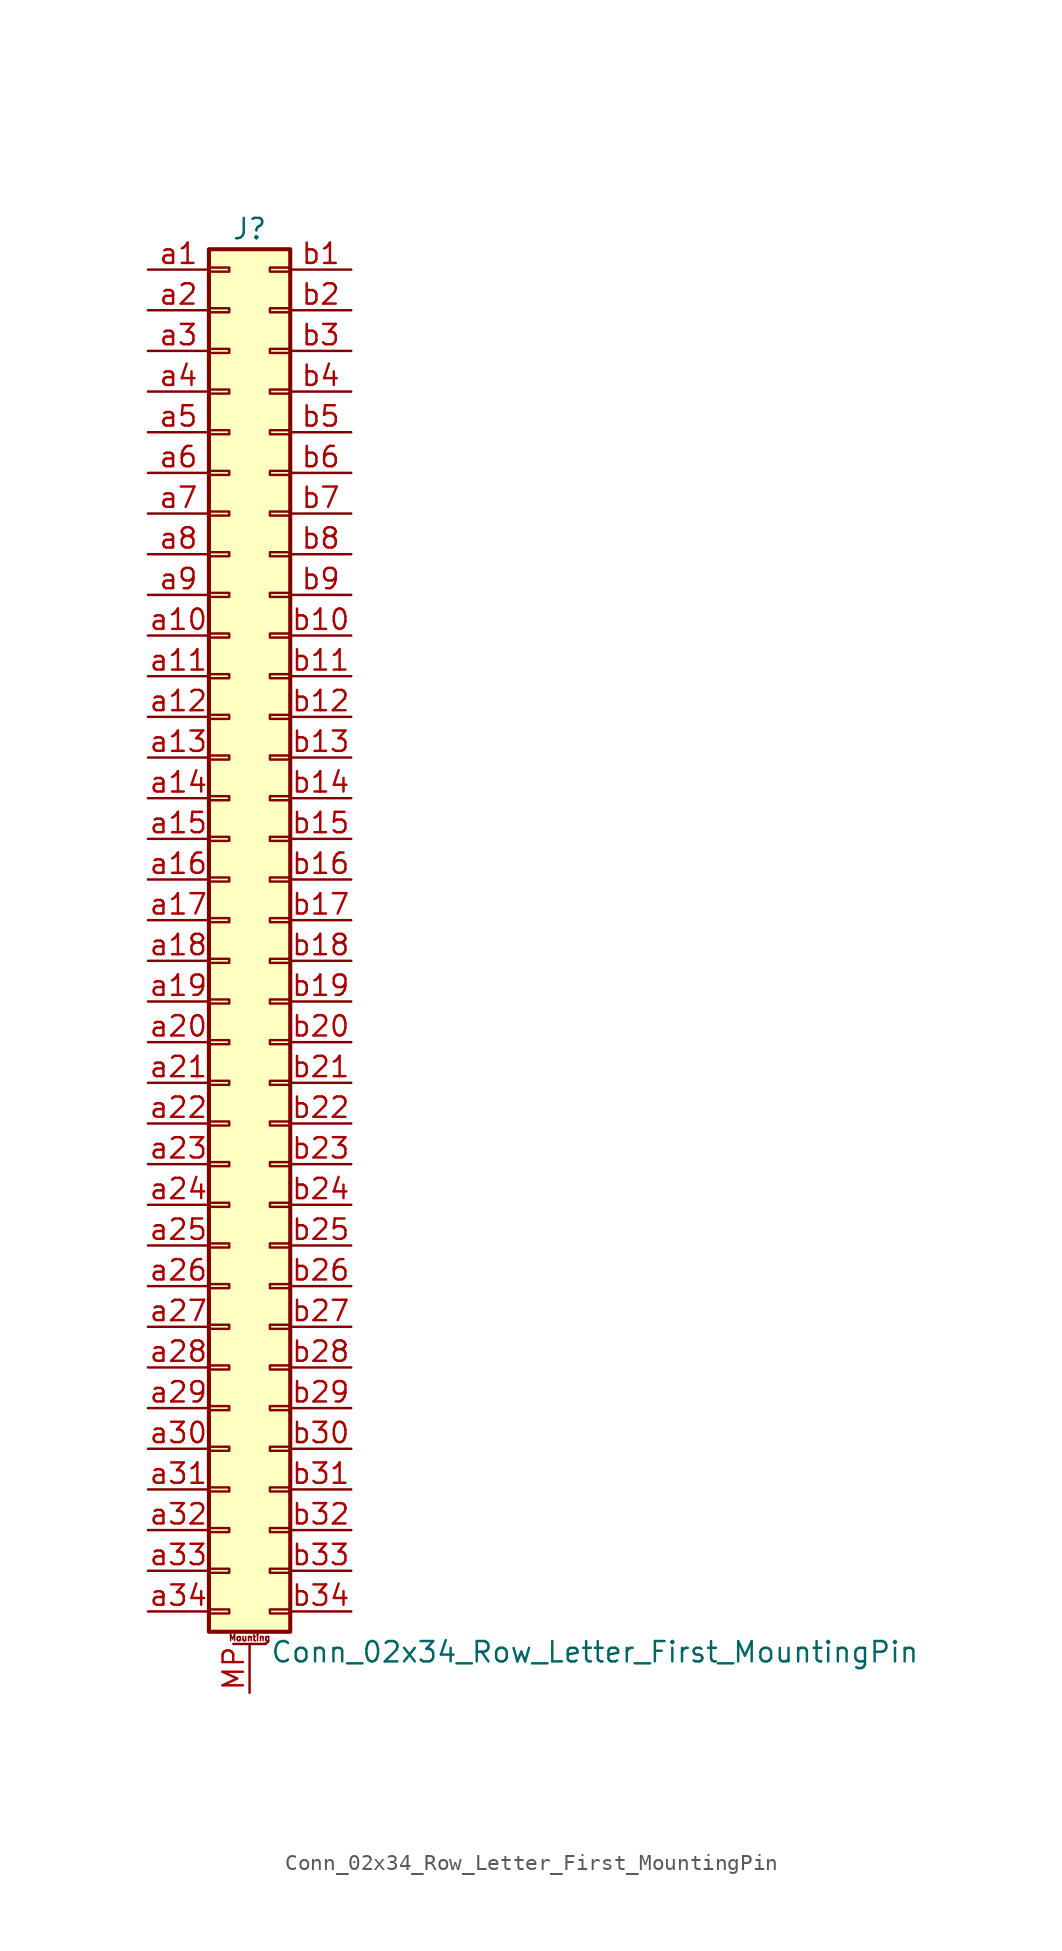
<source format=kicad_sym>
(kicad_symbol_lib
  (version 20201005)
  (generator kicad_symbol_editor)
  (symbol "Conn_02x34_Row_Letter_First_MountingPin"
    (pin_names
      (offset 1.016) hide)
    (property "Reference" "J"
      (at 1.27 43.18 0)
      (effects (font (size 1.27 1.27))))
    (property "Value" "Conn_02x34_Row_Letter_First_MountingPin"
      (at 2.54 -45.72 0)
      (effects (font (size 1.27 1.27)) (justify left)))
    (symbol "Conn_02x34_Row_Letter_First_MountingPin_1_1"
      (text "Mounting" (at 1.27 -44.831 0) (effects (font (size 0.381 0.381))))
      (rectangle (start -1.27 -43.053) (end 0 -43.307) (stroke (width 0.152)) (fill (type none)))
      (rectangle (start -1.27 -40.513) (end 0 -40.767) (stroke (width 0.152)) (fill (type none)))
      (rectangle (start -1.27 -37.973) (end 0 -38.227) (stroke (width 0.152)) (fill (type none)))
      (rectangle (start -1.27 -35.433) (end 0 -35.687) (stroke (width 0.152)) (fill (type none)))
      (rectangle (start -1.27 -32.893) (end 0 -33.147) (stroke (width 0.152)) (fill (type none)))
      (rectangle (start -1.27 -30.353) (end 0 -30.607) (stroke (width 0.152)) (fill (type none)))
      (rectangle (start -1.27 -27.813) (end 0 -28.067) (stroke (width 0.152)) (fill (type none)))
      (rectangle (start -1.27 -25.273) (end 0 -25.527) (stroke (width 0.152)) (fill (type none)))
      (rectangle (start -1.27 -22.733) (end 0 -22.987) (stroke (width 0.152)) (fill (type none)))
      (rectangle (start -1.27 -20.193) (end 0 -20.447) (stroke (width 0.152)) (fill (type none)))
      (rectangle (start -1.27 -17.653) (end 0 -17.907) (stroke (width 0.152)) (fill (type none)))
      (rectangle (start -1.27 -15.113) (end 0 -15.367) (stroke (width 0.152)) (fill (type none)))
      (rectangle (start -1.27 -12.573) (end 0 -12.827) (stroke (width 0.152)) (fill (type none)))
      (rectangle (start -1.27 -10.033) (end 0 -10.287) (stroke (width 0.152)) (fill (type none)))
      (rectangle (start -1.27 -7.493) (end 0 -7.747) (stroke (width 0.152)) (fill (type none)))
      (rectangle (start -1.27 -4.953) (end 0 -5.207) (stroke (width 0.152)) (fill (type none)))
      (rectangle (start -1.27 -2.413) (end 0 -2.667) (stroke (width 0.152)) (fill (type none)))
      (rectangle (start -1.27 0.127) (end 0 -0.127) (stroke (width 0.152)) (fill (type none)))
      (rectangle (start -1.27 2.667) (end 0 2.413) (stroke (width 0.152)) (fill (type none)))
      (rectangle (start -1.27 5.207) (end 0 4.953) (stroke (width 0.152)) (fill (type none)))
      (rectangle (start -1.27 7.747) (end 0 7.493) (stroke (width 0.152)) (fill (type none)))
      (rectangle (start -1.27 10.287) (end 0 10.033) (stroke (width 0.152)) (fill (type none)))
      (rectangle (start -1.27 12.827) (end 0 12.573) (stroke (width 0.152)) (fill (type none)))
      (rectangle (start -1.27 15.367) (end 0 15.113) (stroke (width 0.152)) (fill (type none)))
      (rectangle (start -1.27 17.907) (end 0 17.653) (stroke (width 0.152)) (fill (type none)))
      (rectangle (start -1.27 20.447) (end 0 20.193) (stroke (width 0.152)) (fill (type none)))
      (rectangle (start -1.27 22.987) (end 0 22.733) (stroke (width 0.152)) (fill (type none)))
      (rectangle (start -1.27 25.527) (end 0 25.273) (stroke (width 0.152)) (fill (type none)))
      (rectangle (start -1.27 28.067) (end 0 27.813) (stroke (width 0.152)) (fill (type none)))
      (rectangle (start -1.27 30.607) (end 0 30.353) (stroke (width 0.152)) (fill (type none)))
      (rectangle (start -1.27 33.147) (end 0 32.893) (stroke (width 0.152)) (fill (type none)))
      (rectangle (start -1.27 35.687) (end 0 35.433) (stroke (width 0.152)) (fill (type none)))
      (rectangle (start -1.27 38.227) (end 0 37.973) (stroke (width 0.152)) (fill (type none)))
      (rectangle (start -1.27 40.767) (end 0 40.513) (stroke (width 0.152)) (fill (type none)))
      (rectangle (start -1.27 41.91) (end 3.81 -44.45) (stroke (width 0.254)) (fill (type background)))
      (rectangle (start 3.81 -43.053) (end 2.54 -43.307) (stroke (width 0.152)) (fill (type none)))
      (rectangle (start 3.81 -40.513) (end 2.54 -40.767) (stroke (width 0.152)) (fill (type none)))
      (rectangle (start 3.81 -37.973) (end 2.54 -38.227) (stroke (width 0.152)) (fill (type none)))
      (rectangle (start 3.81 -35.433) (end 2.54 -35.687) (stroke (width 0.152)) (fill (type none)))
      (rectangle (start 3.81 -32.893) (end 2.54 -33.147) (stroke (width 0.152)) (fill (type none)))
      (rectangle (start 3.81 -30.353) (end 2.54 -30.607) (stroke (width 0.152)) (fill (type none)))
      (rectangle (start 3.81 -27.813) (end 2.54 -28.067) (stroke (width 0.152)) (fill (type none)))
      (rectangle (start 3.81 -25.273) (end 2.54 -25.527) (stroke (width 0.152)) (fill (type none)))
      (rectangle (start 3.81 -22.733) (end 2.54 -22.987) (stroke (width 0.152)) (fill (type none)))
      (rectangle (start 3.81 -20.193) (end 2.54 -20.447) (stroke (width 0.152)) (fill (type none)))
      (rectangle (start 3.81 -17.653) (end 2.54 -17.907) (stroke (width 0.152)) (fill (type none)))
      (rectangle (start 3.81 -15.113) (end 2.54 -15.367) (stroke (width 0.152)) (fill (type none)))
      (rectangle (start 3.81 -12.573) (end 2.54 -12.827) (stroke (width 0.152)) (fill (type none)))
      (rectangle (start 3.81 -10.033) (end 2.54 -10.287) (stroke (width 0.152)) (fill (type none)))
      (rectangle (start 3.81 -7.493) (end 2.54 -7.747) (stroke (width 0.152)) (fill (type none)))
      (rectangle (start 3.81 -4.953) (end 2.54 -5.207) (stroke (width 0.152)) (fill (type none)))
      (rectangle (start 3.81 -2.413) (end 2.54 -2.667) (stroke (width 0.152)) (fill (type none)))
      (rectangle (start 3.81 0.127) (end 2.54 -0.127) (stroke (width 0.152)) (fill (type none)))
      (rectangle (start 3.81 2.667) (end 2.54 2.413) (stroke (width 0.152)) (fill (type none)))
      (rectangle (start 3.81 5.207) (end 2.54 4.953) (stroke (width 0.152)) (fill (type none)))
      (rectangle (start 3.81 7.747) (end 2.54 7.493) (stroke (width 0.152)) (fill (type none)))
      (rectangle (start 3.81 10.287) (end 2.54 10.033) (stroke (width 0.152)) (fill (type none)))
      (rectangle (start 3.81 12.827) (end 2.54 12.573) (stroke (width 0.152)) (fill (type none)))
      (rectangle (start 3.81 15.367) (end 2.54 15.113) (stroke (width 0.152)) (fill (type none)))
      (rectangle (start 3.81 17.907) (end 2.54 17.653) (stroke (width 0.152)) (fill (type none)))
      (rectangle (start 3.81 20.447) (end 2.54 20.193) (stroke (width 0.152)) (fill (type none)))
      (rectangle (start 3.81 22.987) (end 2.54 22.733) (stroke (width 0.152)) (fill (type none)))
      (rectangle (start 3.81 25.527) (end 2.54 25.273) (stroke (width 0.152)) (fill (type none)))
      (rectangle (start 3.81 28.067) (end 2.54 27.813) (stroke (width 0.152)) (fill (type none)))
      (rectangle (start 3.81 30.607) (end 2.54 30.353) (stroke (width 0.152)) (fill (type none)))
      (rectangle (start 3.81 33.147) (end 2.54 32.893) (stroke (width 0.152)) (fill (type none)))
      (rectangle (start 3.81 35.687) (end 2.54 35.433) (stroke (width 0.152)) (fill (type none)))
      (rectangle (start 3.81 38.227) (end 2.54 37.973) (stroke (width 0.152)) (fill (type none)))
      (rectangle (start 3.81 40.767) (end 2.54 40.513) (stroke (width 0.152)) (fill (type none)))
      (polyline (pts (xy 0.254 -45.212) (xy 2.286 -45.212)) (stroke (width 0.152)) (fill (type none)))
      (pin passive line (at 1.27 -48.26 90) (length 3.048) (name "MountPin" (effects (font (size 1.27 1.27)))) (number "MP" (effects (font (size 1.27 1.27)))))
      (pin passive line (at -5.08 40.64 0) (length 3.81) (name "Pin_a1" (effects (font (size 1.27 1.27)))) (number "a1" (effects (font (size 1.27 1.27)))))
      (pin passive line (at -5.08 17.78 0) (length 3.81) (name "Pin_a10" (effects (font (size 1.27 1.27)))) (number "a10" (effects (font (size 1.27 1.27)))))
      (pin passive line (at -5.08 15.24 0) (length 3.81) (name "Pin_a11" (effects (font (size 1.27 1.27)))) (number "a11" (effects (font (size 1.27 1.27)))))
      (pin passive line (at -5.08 12.7 0) (length 3.81) (name "Pin_a12" (effects (font (size 1.27 1.27)))) (number "a12" (effects (font (size 1.27 1.27)))))
      (pin passive line (at -5.08 10.16 0) (length 3.81) (name "Pin_a13" (effects (font (size 1.27 1.27)))) (number "a13" (effects (font (size 1.27 1.27)))))
      (pin passive line (at -5.08 7.62 0) (length 3.81) (name "Pin_a14" (effects (font (size 1.27 1.27)))) (number "a14" (effects (font (size 1.27 1.27)))))
      (pin passive line (at -5.08 5.08 0) (length 3.81) (name "Pin_a15" (effects (font (size 1.27 1.27)))) (number "a15" (effects (font (size 1.27 1.27)))))
      (pin passive line (at -5.08 2.54 0) (length 3.81) (name "Pin_a16" (effects (font (size 1.27 1.27)))) (number "a16" (effects (font (size 1.27 1.27)))))
      (pin passive line (at -5.08 0 0) (length 3.81) (name "Pin_a17" (effects (font (size 1.27 1.27)))) (number "a17" (effects (font (size 1.27 1.27)))))
      (pin passive line (at -5.08 -2.54 0) (length 3.81) (name "Pin_a18" (effects (font (size 1.27 1.27)))) (number "a18" (effects (font (size 1.27 1.27)))))
      (pin passive line (at -5.08 -5.08 0) (length 3.81) (name "Pin_a19" (effects (font (size 1.27 1.27)))) (number "a19" (effects (font (size 1.27 1.27)))))
      (pin passive line (at -5.08 38.1 0) (length 3.81) (name "Pin_a2" (effects (font (size 1.27 1.27)))) (number "a2" (effects (font (size 1.27 1.27)))))
      (pin passive line (at -5.08 -7.62 0) (length 3.81) (name "Pin_a20" (effects (font (size 1.27 1.27)))) (number "a20" (effects (font (size 1.27 1.27)))))
      (pin passive line (at -5.08 -10.16 0) (length 3.81) (name "Pin_a21" (effects (font (size 1.27 1.27)))) (number "a21" (effects (font (size 1.27 1.27)))))
      (pin passive line (at -5.08 -12.7 0) (length 3.81) (name "Pin_a22" (effects (font (size 1.27 1.27)))) (number "a22" (effects (font (size 1.27 1.27)))))
      (pin passive line (at -5.08 -15.24 0) (length 3.81) (name "Pin_a23" (effects (font (size 1.27 1.27)))) (number "a23" (effects (font (size 1.27 1.27)))))
      (pin passive line (at -5.08 -17.78 0) (length 3.81) (name "Pin_a24" (effects (font (size 1.27 1.27)))) (number "a24" (effects (font (size 1.27 1.27)))))
      (pin passive line (at -5.08 -20.32 0) (length 3.81) (name "Pin_a25" (effects (font (size 1.27 1.27)))) (number "a25" (effects (font (size 1.27 1.27)))))
      (pin passive line (at -5.08 -22.86 0) (length 3.81) (name "Pin_a26" (effects (font (size 1.27 1.27)))) (number "a26" (effects (font (size 1.27 1.27)))))
      (pin passive line (at -5.08 -25.4 0) (length 3.81) (name "Pin_a27" (effects (font (size 1.27 1.27)))) (number "a27" (effects (font (size 1.27 1.27)))))
      (pin passive line (at -5.08 -27.94 0) (length 3.81) (name "Pin_a28" (effects (font (size 1.27 1.27)))) (number "a28" (effects (font (size 1.27 1.27)))))
      (pin passive line (at -5.08 -30.48 0) (length 3.81) (name "Pin_a29" (effects (font (size 1.27 1.27)))) (number "a29" (effects (font (size 1.27 1.27)))))
      (pin passive line (at -5.08 35.56 0) (length 3.81) (name "Pin_a3" (effects (font (size 1.27 1.27)))) (number "a3" (effects (font (size 1.27 1.27)))))
      (pin passive line (at -5.08 -33.02 0) (length 3.81) (name "Pin_a30" (effects (font (size 1.27 1.27)))) (number "a30" (effects (font (size 1.27 1.27)))))
      (pin passive line (at -5.08 -35.56 0) (length 3.81) (name "Pin_a31" (effects (font (size 1.27 1.27)))) (number "a31" (effects (font (size 1.27 1.27)))))
      (pin passive line (at -5.08 -38.1 0) (length 3.81) (name "Pin_a32" (effects (font (size 1.27 1.27)))) (number "a32" (effects (font (size 1.27 1.27)))))
      (pin passive line (at -5.08 -40.64 0) (length 3.81) (name "Pin_a33" (effects (font (size 1.27 1.27)))) (number "a33" (effects (font (size 1.27 1.27)))))
      (pin passive line (at -5.08 -43.18 0) (length 3.81) (name "Pin_a34" (effects (font (size 1.27 1.27)))) (number "a34" (effects (font (size 1.27 1.27)))))
      (pin passive line (at -5.08 33.02 0) (length 3.81) (name "Pin_a4" (effects (font (size 1.27 1.27)))) (number "a4" (effects (font (size 1.27 1.27)))))
      (pin passive line (at -5.08 30.48 0) (length 3.81) (name "Pin_a5" (effects (font (size 1.27 1.27)))) (number "a5" (effects (font (size 1.27 1.27)))))
      (pin passive line (at -5.08 27.94 0) (length 3.81) (name "Pin_a6" (effects (font (size 1.27 1.27)))) (number "a6" (effects (font (size 1.27 1.27)))))
      (pin passive line (at -5.08 25.4 0) (length 3.81) (name "Pin_a7" (effects (font (size 1.27 1.27)))) (number "a7" (effects (font (size 1.27 1.27)))))
      (pin passive line (at -5.08 22.86 0) (length 3.81) (name "Pin_a8" (effects (font (size 1.27 1.27)))) (number "a8" (effects (font (size 1.27 1.27)))))
      (pin passive line (at -5.08 20.32 0) (length 3.81) (name "Pin_a9" (effects (font (size 1.27 1.27)))) (number "a9" (effects (font (size 1.27 1.27)))))
      (pin passive line (at 7.62 40.64 180) (length 3.81) (name "Pin_b1" (effects (font (size 1.27 1.27)))) (number "b1" (effects (font (size 1.27 1.27)))))
      (pin passive line (at 7.62 17.78 180) (length 3.81) (name "Pin_b10" (effects (font (size 1.27 1.27)))) (number "b10" (effects (font (size 1.27 1.27)))))
      (pin passive line (at 7.62 15.24 180) (length 3.81) (name "Pin_b11" (effects (font (size 1.27 1.27)))) (number "b11" (effects (font (size 1.27 1.27)))))
      (pin passive line (at 7.62 12.7 180) (length 3.81) (name "Pin_b12" (effects (font (size 1.27 1.27)))) (number "b12" (effects (font (size 1.27 1.27)))))
      (pin passive line (at 7.62 10.16 180) (length 3.81) (name "Pin_b13" (effects (font (size 1.27 1.27)))) (number "b13" (effects (font (size 1.27 1.27)))))
      (pin passive line (at 7.62 7.62 180) (length 3.81) (name "Pin_b14" (effects (font (size 1.27 1.27)))) (number "b14" (effects (font (size 1.27 1.27)))))
      (pin passive line (at 7.62 5.08 180) (length 3.81) (name "Pin_b15" (effects (font (size 1.27 1.27)))) (number "b15" (effects (font (size 1.27 1.27)))))
      (pin passive line (at 7.62 2.54 180) (length 3.81) (name "Pin_b16" (effects (font (size 1.27 1.27)))) (number "b16" (effects (font (size 1.27 1.27)))))
      (pin passive line (at 7.62 0 180) (length 3.81) (name "Pin_b17" (effects (font (size 1.27 1.27)))) (number "b17" (effects (font (size 1.27 1.27)))))
      (pin passive line (at 7.62 -2.54 180) (length 3.81) (name "Pin_b18" (effects (font (size 1.27 1.27)))) (number "b18" (effects (font (size 1.27 1.27)))))
      (pin passive line (at 7.62 -5.08 180) (length 3.81) (name "Pin_b19" (effects (font (size 1.27 1.27)))) (number "b19" (effects (font (size 1.27 1.27)))))
      (pin passive line (at 7.62 38.1 180) (length 3.81) (name "Pin_b2" (effects (font (size 1.27 1.27)))) (number "b2" (effects (font (size 1.27 1.27)))))
      (pin passive line (at 7.62 -7.62 180) (length 3.81) (name "Pin_b20" (effects (font (size 1.27 1.27)))) (number "b20" (effects (font (size 1.27 1.27)))))
      (pin passive line (at 7.62 -10.16 180) (length 3.81) (name "Pin_b21" (effects (font (size 1.27 1.27)))) (number "b21" (effects (font (size 1.27 1.27)))))
      (pin passive line (at 7.62 -12.7 180) (length 3.81) (name "Pin_b22" (effects (font (size 1.27 1.27)))) (number "b22" (effects (font (size 1.27 1.27)))))
      (pin passive line (at 7.62 -15.24 180) (length 3.81) (name "Pin_b23" (effects (font (size 1.27 1.27)))) (number "b23" (effects (font (size 1.27 1.27)))))
      (pin passive line (at 7.62 -17.78 180) (length 3.81) (name "Pin_b24" (effects (font (size 1.27 1.27)))) (number "b24" (effects (font (size 1.27 1.27)))))
      (pin passive line (at 7.62 -20.32 180) (length 3.81) (name "Pin_b25" (effects (font (size 1.27 1.27)))) (number "b25" (effects (font (size 1.27 1.27)))))
      (pin passive line (at 7.62 -22.86 180) (length 3.81) (name "Pin_b26" (effects (font (size 1.27 1.27)))) (number "b26" (effects (font (size 1.27 1.27)))))
      (pin passive line (at 7.62 -25.4 180) (length 3.81) (name "Pin_b27" (effects (font (size 1.27 1.27)))) (number "b27" (effects (font (size 1.27 1.27)))))
      (pin passive line (at 7.62 -27.94 180) (length 3.81) (name "Pin_b28" (effects (font (size 1.27 1.27)))) (number "b28" (effects (font (size 1.27 1.27)))))
      (pin passive line (at 7.62 -30.48 180) (length 3.81) (name "Pin_b29" (effects (font (size 1.27 1.27)))) (number "b29" (effects (font (size 1.27 1.27)))))
      (pin passive line (at 7.62 35.56 180) (length 3.81) (name "Pin_b3" (effects (font (size 1.27 1.27)))) (number "b3" (effects (font (size 1.27 1.27)))))
      (pin passive line (at 7.62 -33.02 180) (length 3.81) (name "Pin_b30" (effects (font (size 1.27 1.27)))) (number "b30" (effects (font (size 1.27 1.27)))))
      (pin passive line (at 7.62 -35.56 180) (length 3.81) (name "Pin_b31" (effects (font (size 1.27 1.27)))) (number "b31" (effects (font (size 1.27 1.27)))))
      (pin passive line (at 7.62 -38.1 180) (length 3.81) (name "Pin_b32" (effects (font (size 1.27 1.27)))) (number "b32" (effects (font (size 1.27 1.27)))))
      (pin passive line (at 7.62 -40.64 180) (length 3.81) (name "Pin_b33" (effects (font (size 1.27 1.27)))) (number "b33" (effects (font (size 1.27 1.27)))))
      (pin passive line (at 7.62 -43.18 180) (length 3.81) (name "Pin_b34" (effects (font (size 1.27 1.27)))) (number "b34" (effects (font (size 1.27 1.27)))))
      (pin passive line (at 7.62 33.02 180) (length 3.81) (name "Pin_b4" (effects (font (size 1.27 1.27)))) (number "b4" (effects (font (size 1.27 1.27)))))
      (pin passive line (at 7.62 30.48 180) (length 3.81) (name "Pin_b5" (effects (font (size 1.27 1.27)))) (number "b5" (effects (font (size 1.27 1.27)))))
      (pin passive line (at 7.62 27.94 180) (length 3.81) (name "Pin_b6" (effects (font (size 1.27 1.27)))) (number "b6" (effects (font (size 1.27 1.27)))))
      (pin passive line (at 7.62 25.4 180) (length 3.81) (name "Pin_b7" (effects (font (size 1.27 1.27)))) (number "b7" (effects (font (size 1.27 1.27)))))
      (pin passive line (at 7.62 22.86 180) (length 3.81) (name "Pin_b8" (effects (font (size 1.27 1.27)))) (number "b8" (effects (font (size 1.27 1.27)))))
      (pin passive line (at 7.62 20.32 180) (length 3.81) (name "Pin_b9" (effects (font (size 1.27 1.27)))) (number "b9" (effects (font (size 1.27 1.27))))))))
</source>
